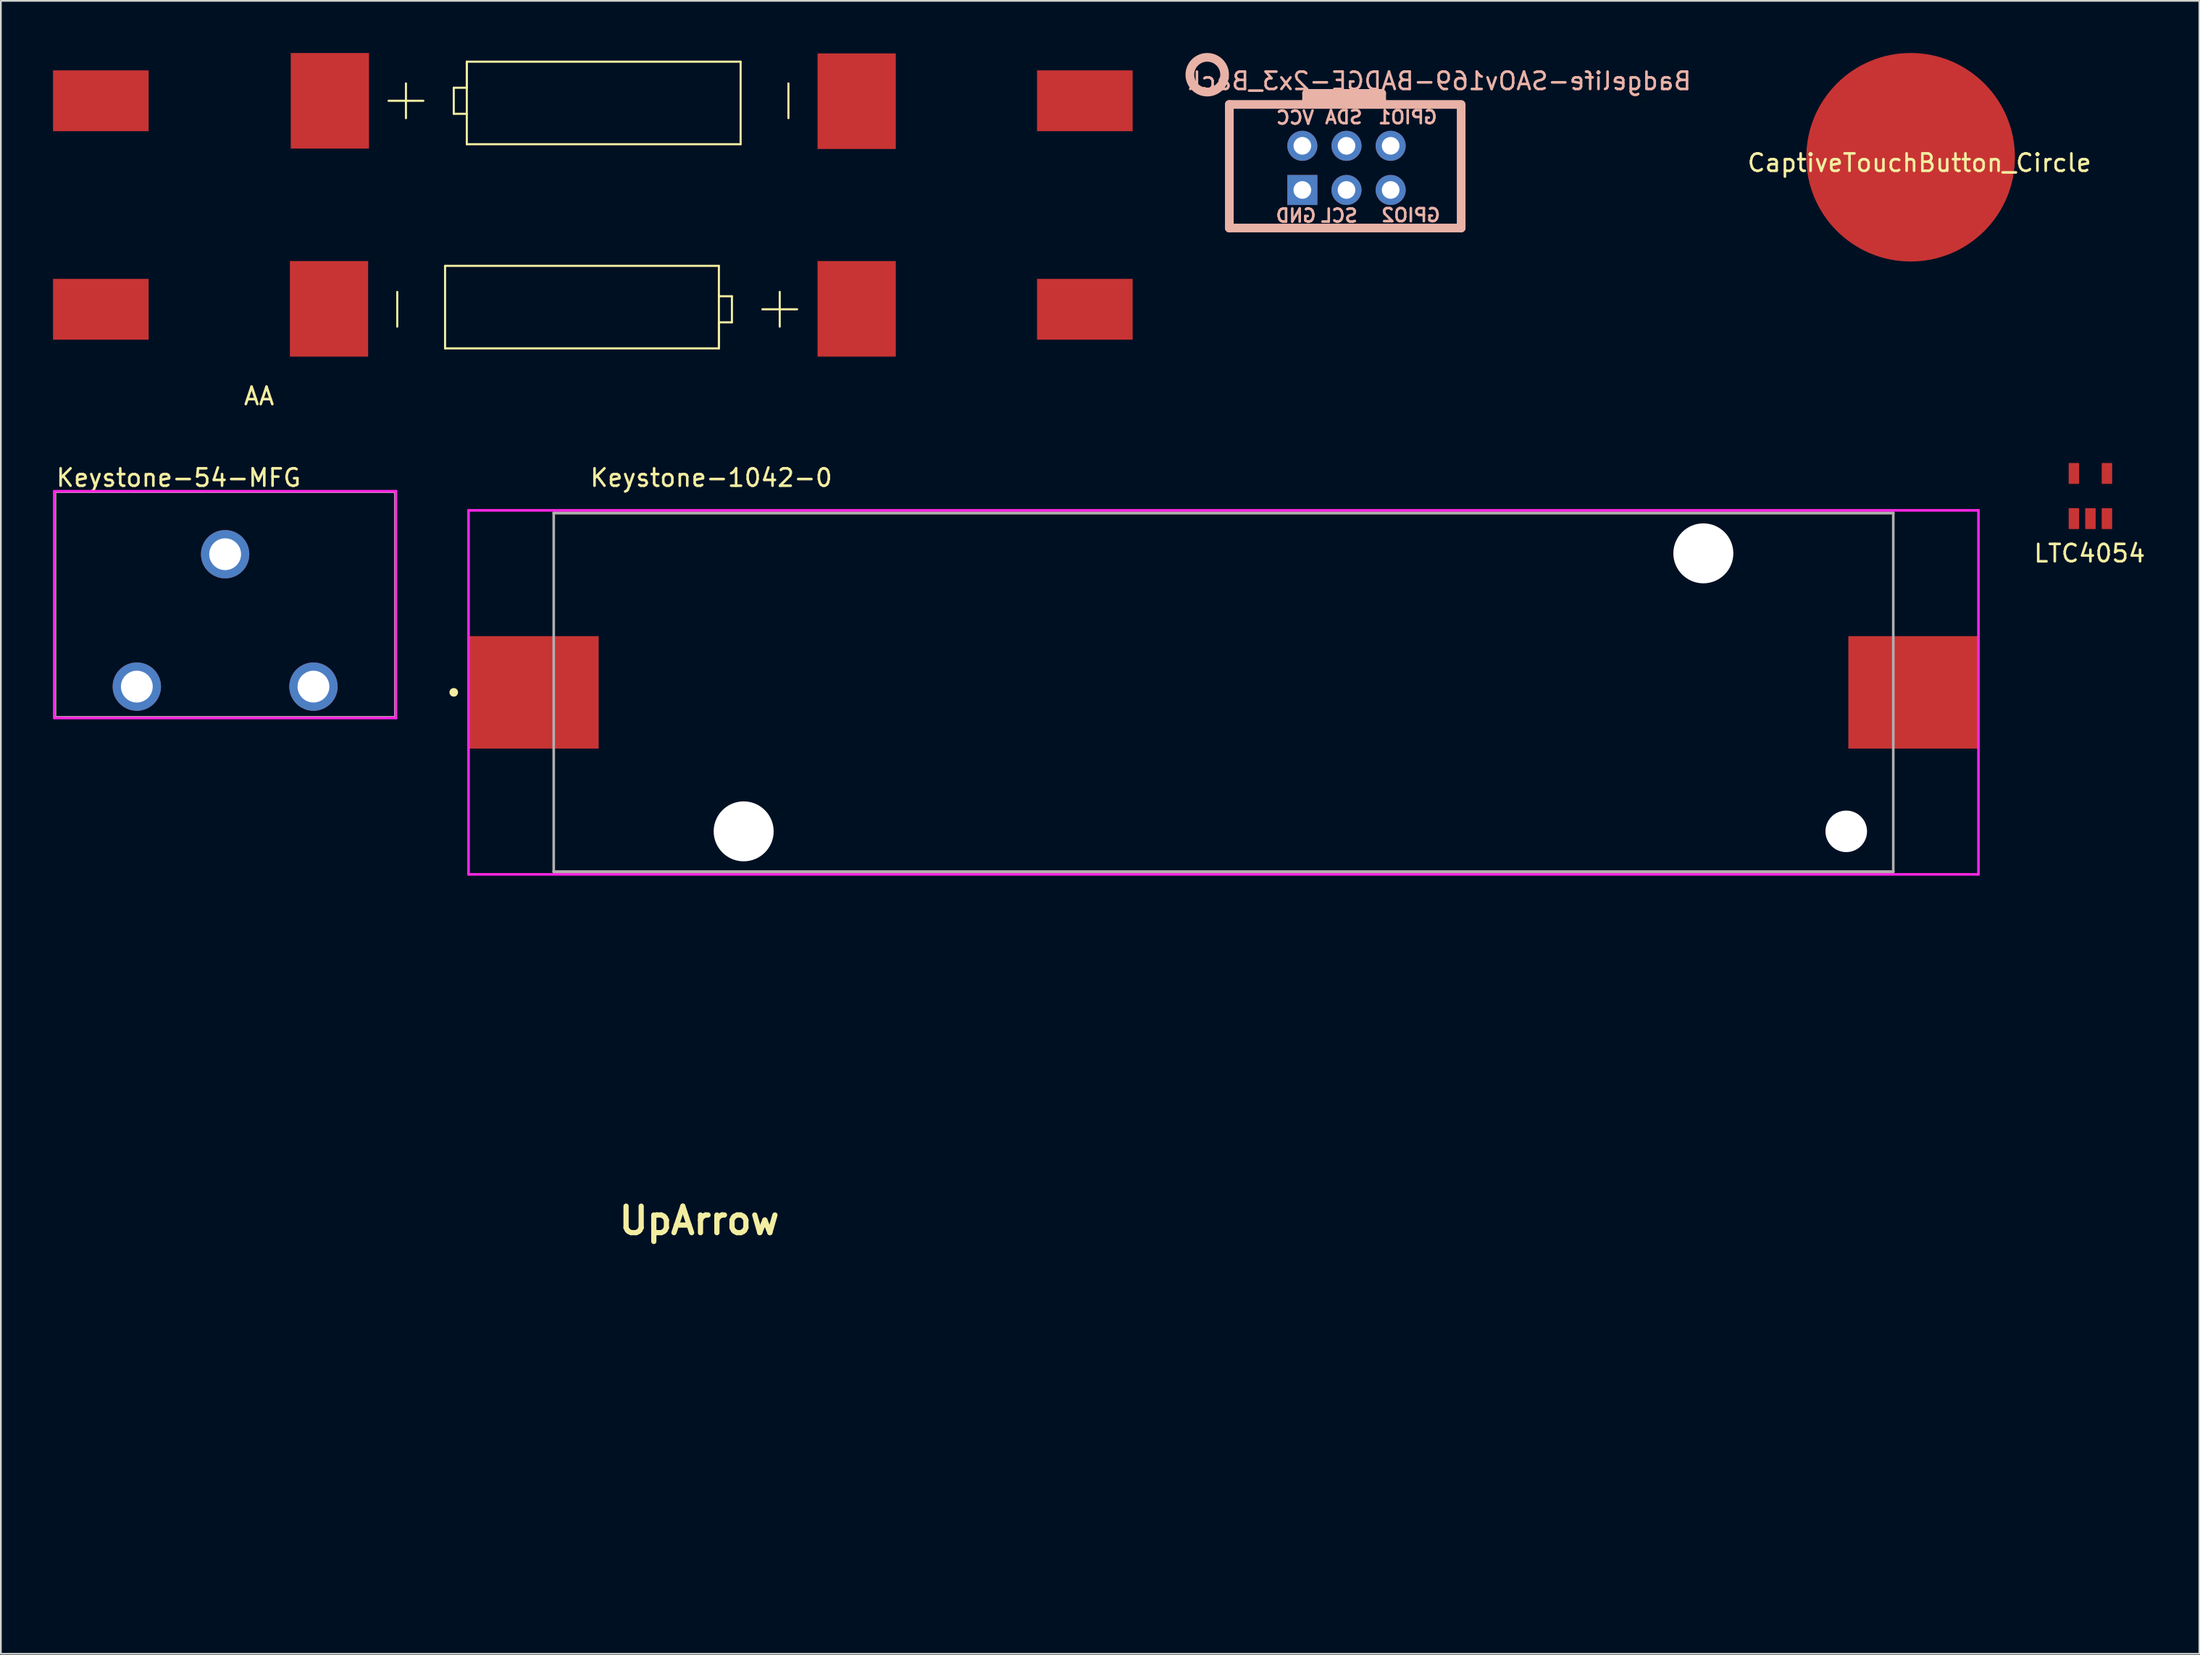
<source format=kicad_pcb>
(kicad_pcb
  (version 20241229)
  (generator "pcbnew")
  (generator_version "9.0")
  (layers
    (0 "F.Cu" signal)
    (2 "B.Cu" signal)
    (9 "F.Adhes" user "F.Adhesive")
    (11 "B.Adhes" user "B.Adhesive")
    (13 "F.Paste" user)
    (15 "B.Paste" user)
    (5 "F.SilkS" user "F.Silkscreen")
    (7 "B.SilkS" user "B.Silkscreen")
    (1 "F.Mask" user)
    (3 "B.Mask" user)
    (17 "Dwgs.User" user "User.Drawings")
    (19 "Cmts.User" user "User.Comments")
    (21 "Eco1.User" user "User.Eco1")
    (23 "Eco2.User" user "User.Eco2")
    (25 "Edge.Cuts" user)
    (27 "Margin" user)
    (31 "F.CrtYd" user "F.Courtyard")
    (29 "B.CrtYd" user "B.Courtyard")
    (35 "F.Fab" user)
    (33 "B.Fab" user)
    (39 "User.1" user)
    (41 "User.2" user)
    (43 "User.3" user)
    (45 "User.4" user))
  (footprint "Keystone-1042-0"
    (layer "F.Cu")
    (at 67.325 36.797)
    (property "Reference" "Keystone-1042-0" (at -36.515 -12.35 0) (layer "F.SilkS") (effects (font (size 1 1) (thickness 0.15)) (justify left)))
    (attr through_hole)
    (fp_line (start 38.525 -10.325) (end -38.525 -10.325) (stroke (width 0.15) (type solid)) (layer "F.SilkS"))
    (fp_line (start 38.525 10.325) (end -38.525 10.325) (stroke (width 0.15) (type solid)) (layer "F.SilkS"))
    (fp_circle (center -44.275 0) (end -44.15 0) (stroke (width 0.25) (type solid)) (fill no) (layer "F.SilkS"))
    (fp_line (start -43.425 -10.475) (end -43.425 10.475) (stroke (width 0.15) (type solid)) (layer "F.CrtYd"))
    (fp_line (start -43.425 10.475) (end 43.425 10.475) (stroke (width 0.15) (type solid)) (layer "F.CrtYd"))
    (fp_line (start 43.425 -10.475) (end -43.425 -10.475) (stroke (width 0.15) (type solid)) (layer "F.CrtYd"))
    (fp_line (start 43.425 -10.475) (end 43.425 -10.475) (stroke (width 0.15) (type solid)) (layer "F.CrtYd"))
    (fp_line (start 43.425 10.475) (end 43.425 -10.475) (stroke (width 0.15) (type solid)) (layer "F.CrtYd"))
    (fp_line (start -38.525 -10.325) (end 38.525 -10.325) (stroke (width 0.15) (type solid)) (layer "F.Fab"))
    (fp_line (start -38.525 10.325) (end -38.525 -10.325) (stroke (width 0.15) (type solid)) (layer "F.Fab"))
    (fp_line (start 38.525 -10.325) (end 38.525 10.325) (stroke (width 0.15) (type solid)) (layer "F.Fab"))
    (fp_line (start 38.525 10.325) (end -38.525 10.325) (stroke (width 0.15) (type solid)) (layer "F.Fab"))
    (pad "" np_thru_hole circle (at -27.6 8) (size 3.45 3.45) (drill 3.45) (layers "*.Cu" "*.Mask"))
    (pad "" np_thru_hole circle (at 27.6 -8) (size 3.45 3.45) (drill 3.45) (layers "*.Cu" "*.Mask"))
    (pad "" np_thru_hole circle (at 35.82 8) (size 2.39 2.39) (drill 2.39) (layers "*.Cu" "*.Mask"))
    (pad "1" smd rect (at -39.67 0) (size 7.46 6.47) (layers "F.Cu" "F.Mask" "F.Paste"))
    (pad "2" smd rect (at 39.67 0) (size 7.46 6.47) (layers "F.Cu" "F.Mask" "F.Paste")))
  (footprint "AA"
    (layer "F.Cu")
    (at 31.05 5.75)
    (property "Reference" "AA" (at -19.2 14 0) (layer "F.SilkS") (effects (font (size 1 1) (thickness 0.15))))
    (attr through_hole)
    (fp_line (start -11.75 -3) (end -9.75 -3) (stroke (width 0.12) (type solid)) (layer "F.SilkS"))
    (fp_line (start -11.25 10) (end -11.25 8) (stroke (width 0.12) (type solid)) (layer "F.SilkS"))
    (fp_line (start -10.75 -4) (end -10.75 -2) (stroke (width 0.12) (type solid)) (layer "F.SilkS"))
    (fp_line (start -8.5 6.5) (end 7.25 6.5) (stroke (width 0.12) (type solid)) (layer "F.SilkS"))
    (fp_line (start -8.5 11.25) (end -8.5 6.5) (stroke (width 0.12) (type solid)) (layer "F.SilkS"))
    (fp_line (start -8 -3.75) (end -8 -2.25) (stroke (width 0.12) (type solid)) (layer "F.SilkS"))
    (fp_line (start -8 -2.25) (end -7.25 -2.25) (stroke (width 0.12) (type solid)) (layer "F.SilkS"))
    (fp_line (start -7.25 -5.25) (end -7.25 -3.75) (stroke (width 0.12) (type solid)) (layer "F.SilkS"))
    (fp_line (start -7.25 -5.25) (end 8.5 -5.25) (stroke (width 0.12) (type solid)) (layer "F.SilkS"))
    (fp_line (start -7.25 -3.75) (end -8 -3.75) (stroke (width 0.12) (type solid)) (layer "F.SilkS"))
    (fp_line (start -7.25 -0.5) (end -7.25 -5.25) (stroke (width 0.12) (type solid)) (layer "F.SilkS"))
    (fp_line (start 7.25 6.5) (end 7.25 11.25) (stroke (width 0.12) (type solid)) (layer "F.SilkS"))
    (fp_line (start 7.25 9.75) (end 8 9.75) (stroke (width 0.12) (type solid)) (layer "F.SilkS"))
    (fp_line (start 7.25 11.25) (end -8.5 11.25) (stroke (width 0.12) (type solid)) (layer "F.SilkS"))
    (fp_line (start 7.25 11.25) (end 7.25 9.75) (stroke (width 0.12) (type solid)) (layer "F.SilkS"))
    (fp_line (start 8 8.25) (end 7.25 8.25) (stroke (width 0.12) (type solid)) (layer "F.SilkS"))
    (fp_line (start 8 9.75) (end 8 8.25) (stroke (width 0.12) (type solid)) (layer "F.SilkS"))
    (fp_line (start 8.5 -5.25) (end 8.5 -0.5) (stroke (width 0.12) (type solid)) (layer "F.SilkS"))
    (fp_line (start 8.5 -0.5) (end -7.25 -0.5) (stroke (width 0.12) (type solid)) (layer "F.SilkS"))
    (fp_line (start 10.75 10) (end 10.75 8) (stroke (width 0.12) (type solid)) (layer "F.SilkS"))
    (fp_line (start 11.25 -4) (end 11.25 -2) (stroke (width 0.12) (type solid)) (layer "F.SilkS"))
    (fp_line (start 11.75 9) (end 9.75 9) (stroke (width 0.12) (type solid)) (layer "F.SilkS"))
    (pad "1" smd rect (at -28.3 -3) (size 5.5 3.5) (layers "F.Cu" "F.Mask" "F.Paste"))
    (pad "1" smd rect (at -15.125 -3) (size 4.5 5.5) (layers "F.Cu" "F.Mask" "F.Paste"))
    (pad "2" smd rect (at 15.175 -2.975) (size 4.5 5.5) (layers "F.Cu" "F.Mask" "F.Paste"))
    (pad "2" smd rect (at 28.3 -3) (size 5.5 3.5) (layers "F.Cu" "F.Mask" "F.Paste"))
    (pad "3" smd rect (at 15.175 8.975 180) (size 4.5 5.5) (layers "F.Cu" "F.Mask" "F.Paste"))
    (pad "3" smd rect (at 28.3 9 180) (size 5.5 3.5) (layers "F.Cu" "F.Mask" "F.Paste"))
    (pad "4" smd rect (at -28.3 9 180) (size 5.5 3.5) (layers "F.Cu" "F.Mask" "F.Paste"))
    (pad "4" smd rect (at -15.175 8.975 180) (size 4.5 5.5) (layers "F.Cu" "F.Mask" "F.Paste")))
  (footprint "LTC4054"
    (layer "F.Cu")
    (at 117.19 25.498)
    (property "Reference" "LTC4054" (at -0.05 3.3 0) (layer "F.SilkS") (effects (font (size 1 1) (thickness 0.15))))
    (attr through_hole)
    (pad "1" smd rect (at -0.95 1.3) (size 0.6 1.2) (layers "F.Cu" "F.Mask" "F.Paste"))
    (pad "2" smd rect (at 0 1.3) (size 0.6 1.2) (layers "F.Cu" "F.Mask" "F.Paste"))
    (pad "3" smd rect (at 0.95 1.3) (size 0.6 1.2) (layers "F.Cu" "F.Mask" "F.Paste"))
    (pad "4" smd rect (at 0.95 -1.3) (size 0.6 1.2) (layers "F.Cu" "F.Mask" "F.Paste"))
    (pad "5" smd rect (at -0.95 -1.3) (size 0.6 1.2) (layers "F.Cu" "F.Mask" "F.Paste")))
  (footprint "Keystone-54-MFG"
    (layer "F.Cu")
    (at 9.9 31.747)
    (property "Reference" "Keystone-54-MFG" (at -9.8 -7.3 0) (layer "F.SilkS") (effects (font (size 1 1) (thickness 0.15)) (justify left)))
    (attr through_hole)
    (fp_line (start -9.8 -6.5) (end 9.8 -6.5) (stroke (width 0.15) (type solid)) (layer "F.SilkS"))
    (fp_line (start -9.8 6.5) (end -9.8 -6.5) (stroke (width 0.15) (type solid)) (layer "F.SilkS"))
    (fp_line (start -9.8 6.5) (end 9.8 6.5) (stroke (width 0.15) (type solid)) (layer "F.SilkS"))
    (fp_line (start 9.8 6.5) (end 9.8 -6.5) (stroke (width 0.15) (type solid)) (layer "F.SilkS"))
    (fp_line (start -9.825 -6.525) (end -9.825 6.525) (stroke (width 0.15) (type solid)) (layer "F.CrtYd"))
    (fp_line (start -9.825 6.525) (end 9.825 6.525) (stroke (width 0.15) (type solid)) (layer "F.CrtYd"))
    (fp_line (start 9.825 -6.525) (end -9.825 -6.525) (stroke (width 0.15) (type solid)) (layer "F.CrtYd"))
    (fp_line (start 9.825 -6.525) (end 9.825 -6.525) (stroke (width 0.15) (type solid)) (layer "F.CrtYd"))
    (fp_line (start 9.825 6.525) (end 9.825 -6.525) (stroke (width 0.15) (type solid)) (layer "F.CrtYd"))
    (fp_line (start -9.8 -6.5) (end 9.8 -6.5) (stroke (width 0.15) (type solid)) (layer "F.Fab"))
    (fp_line (start -9.8 6.5) (end -9.8 -6.5) (stroke (width 0.15) (type solid)) (layer "F.Fab"))
    (fp_line (start 9.8 -6.5) (end 9.8 6.5) (stroke (width 0.15) (type solid)) (layer "F.Fab"))
    (fp_line (start 9.8 6.5) (end -9.8 6.5) (stroke (width 0.15) (type solid)) (layer "F.Fab"))
    (pad "1" thru_hole circle (at -5.08 4.72) (size 2.78 2.78) (drill 1.83) (layers "*.Cu"))
    (pad "1" thru_hole circle (at 0 -2.9 90) (size 2.78 2.78) (drill 1.83) (layers "*.Cu"))
    (pad "1" thru_hole circle (at 5.08 4.72) (size 2.78 2.78) (drill 1.83) (layers "*.Cu")))
  (footprint "Badgelife-SAOv169-BADGE-2x3_Back"
    (layer "F.Cu")
    (at 74.01 6.695)
    (property "Reference" "Badgelife-SAOv169-BADGE-2x3_Back" (at 5.715 -5.08 180) (layer "B.SilkS") (effects (font (size 1 1) (thickness 0.15)) (justify mirror)))
    (attr through_hole)
    (fp_line (start -6.35 -3.734) (end -6.35 3.378) (stroke (width 0.5) (type solid)) (layer "B.SilkS"))
    (fp_line (start -6.35 3.378) (end 6.985 3.378) (stroke (width 0.5) (type solid)) (layer "B.SilkS"))
    (fp_line (start -1.905 -4.369) (end -1.905 -3.861) (stroke (width 0.5) (type solid)) (layer "B.SilkS"))
    (fp_line (start -1.905 -3.988) (end 2.413 -3.988) (stroke (width 0.5) (type solid)) (layer "B.SilkS"))
    (fp_line (start 2.413 -4.369) (end -1.905 -4.369) (stroke (width 0.5) (type solid)) (layer "B.SilkS"))
    (fp_line (start 2.413 -3.861) (end 2.413 -4.369) (stroke (width 0.5) (type solid)) (layer "B.SilkS"))
    (fp_line (start 6.858 -3.734) (end -6.35 -3.734) (stroke (width 0.5) (type solid)) (layer "B.SilkS"))
    (fp_line (start 6.985 3.378) (end 6.985 -3.734) (stroke (width 0.5) (type solid)) (layer "B.SilkS"))
    (fp_circle (center -7.62 -5.445) (end -8.62 -5.445) (stroke (width 0.5) (type solid)) (fill no) (layer "B.SilkS"))
    (fp_text user "GPIO2" (at 4.089 2.642 0) (layer "B.SilkS") (effects (font (size 0.75 0.75) (thickness 0.15)) (justify mirror)))
    (fp_text user "SDA" (at 0.229 -2.997 0) (layer "B.SilkS") (effects (font (size 0.75 0.75) (thickness 0.15)) (justify mirror)))
    (fp_text user "GND" (at -2.515 2.667 0) (layer "B.SilkS") (effects (font (size 0.75 0.75) (thickness 0.15)) (justify mirror)))
    (fp_text user "SCL" (at -0.025 2.667 0) (layer "B.SilkS") (effects (font (size 0.75 0.75) (thickness 0.15)) (justify mirror)))
    (fp_text user "GPIO1" (at 3.912 -2.997 0) (layer "B.SilkS") (effects (font (size 0.75 0.75) (thickness 0.15)) (justify mirror)))
    (fp_text user "VCC" (at -2.565 -2.972 0) (layer "B.SilkS") (effects (font (size 0.75 0.75) (thickness 0.15)) (justify mirror)))
    (pad "1" thru_hole oval (at -2.15 -1.352 270) (size 1.727 1.727) (drill 1.016) (layers "*.Cu" "*.Mask"))
    (pad "2" thru_hole rect (at -2.15 1.188 270) (size 1.727 1.727) (drill 1.016) (layers "*.Cu" "*.Mask"))
    (pad "3" thru_hole oval (at 0.39 -1.352 270) (size 1.727 1.727) (drill 1.016) (layers "*.Cu" "*.Mask"))
    (pad "4" thru_hole oval (at 0.39 1.188 270) (size 1.727 1.727) (drill 1.016) (layers "*.Cu" "*.Mask"))
    (pad "5" thru_hole circle (at 2.93 -1.352 270) (size 1.727 1.727) (drill 1.016) (layers "*.Cu" "*.Mask"))
    (pad "6" thru_hole circle (at 2.93 1.188 270) (size 1.727 1.727) (drill 1.016) (layers "*.Cu" "*.Mask")))
  (footprint "CaptiveTouchButton_Circle"
    (layer "F.Cu")
    (at 107.356 5.822)
    (property "Reference" "CaptiveTouchButton_Circle" (at 0 0.5 0) (layer "F.SilkS") (effects (font (size 1 1) (thickness 0.15))))
    (attr through_hole)
    (pad "" smd circle (at -0.508 0.178) (size 12 12) (layers "F.Cu")))
  (footprint "UpArrow"
    (layer "F.Cu")
    (at 37.169 67.203)
    (property "Reference" "UpArrow" (at 0 0 0) (layer "F.SilkS") (effects (font (size 1.524 1.524) (thickness 0.3))))
    (attr through_hole)
    (fp_poly (pts (xy -7.848 -7.47) (xy -6.004 -5.61) (xy -4.272 -3.857) (xy -2.69 -2.25) (xy -1.295 -0.826) (xy -0.124 0.377) (xy 0.786 1.321) (xy 1.398 1.967) (xy 1.674 2.278) (xy 1.684 2.292) (xy 1.693 2.43) (xy 1.5 2.531) (xy 1.04 2.6) (xy 0.249 2.643) (xy -0.937 2.666) (xy -2.583 2.674) (xy -2.896 2.674) (xy -7.69 2.674) (xy -7.887 12.299) (xy -8.085 21.924) (xy -14.938 21.867) (xy -17.018 21.847) (xy -19.12 21.822) (xy -21.121 21.795) (xy -22.9 21.767) (xy -24.336 21.739) (xy -24.956 21.724) (xy -28.122 21.639) (xy -27.967 17.036) (xy -27.904 15.134) (xy -27.832 12.914) (xy -27.757 10.595) (xy -27.688 8.393) (xy -27.654 7.321) (xy -27.496 2.209) (xy -32.33 2.013) (xy -33.871 1.94) (xy -35.209 1.853) (xy -36.259 1.762) (xy -36.939 1.672) (xy -37.164 1.597) (xy -36.974 1.294) (xy -36.513 0.864) (xy -36.482 0.839) (xy -36.144 0.546) (xy -35.458 -0.07) (xy -34.471 -0.969) (xy -33.226 -2.108) (xy -31.768 -3.448) (xy -30.141 -4.948) (xy -28.391 -6.566) (xy -27.458 -7.43) (xy -25.648 -9.106) (xy -23.926 -10.698) (xy -22.341 -12.162) (xy -20.937 -13.454) (xy -19.763 -14.533) (xy -18.865 -15.354) (xy -18.29 -15.875) (xy -18.142 -16.006) (xy -17.166 -16.851) (xy -7.848 -7.47)) (stroke (width 0.01) (type solid)) (fill yes) (layer "F.Mask")))
  (gr_rect
    (start -3 -3)
    (end 123.456 92.132)
    (stroke (width 0.1) (type default))
    (fill no)
    (layer "Edge.Cuts")))
</source>
